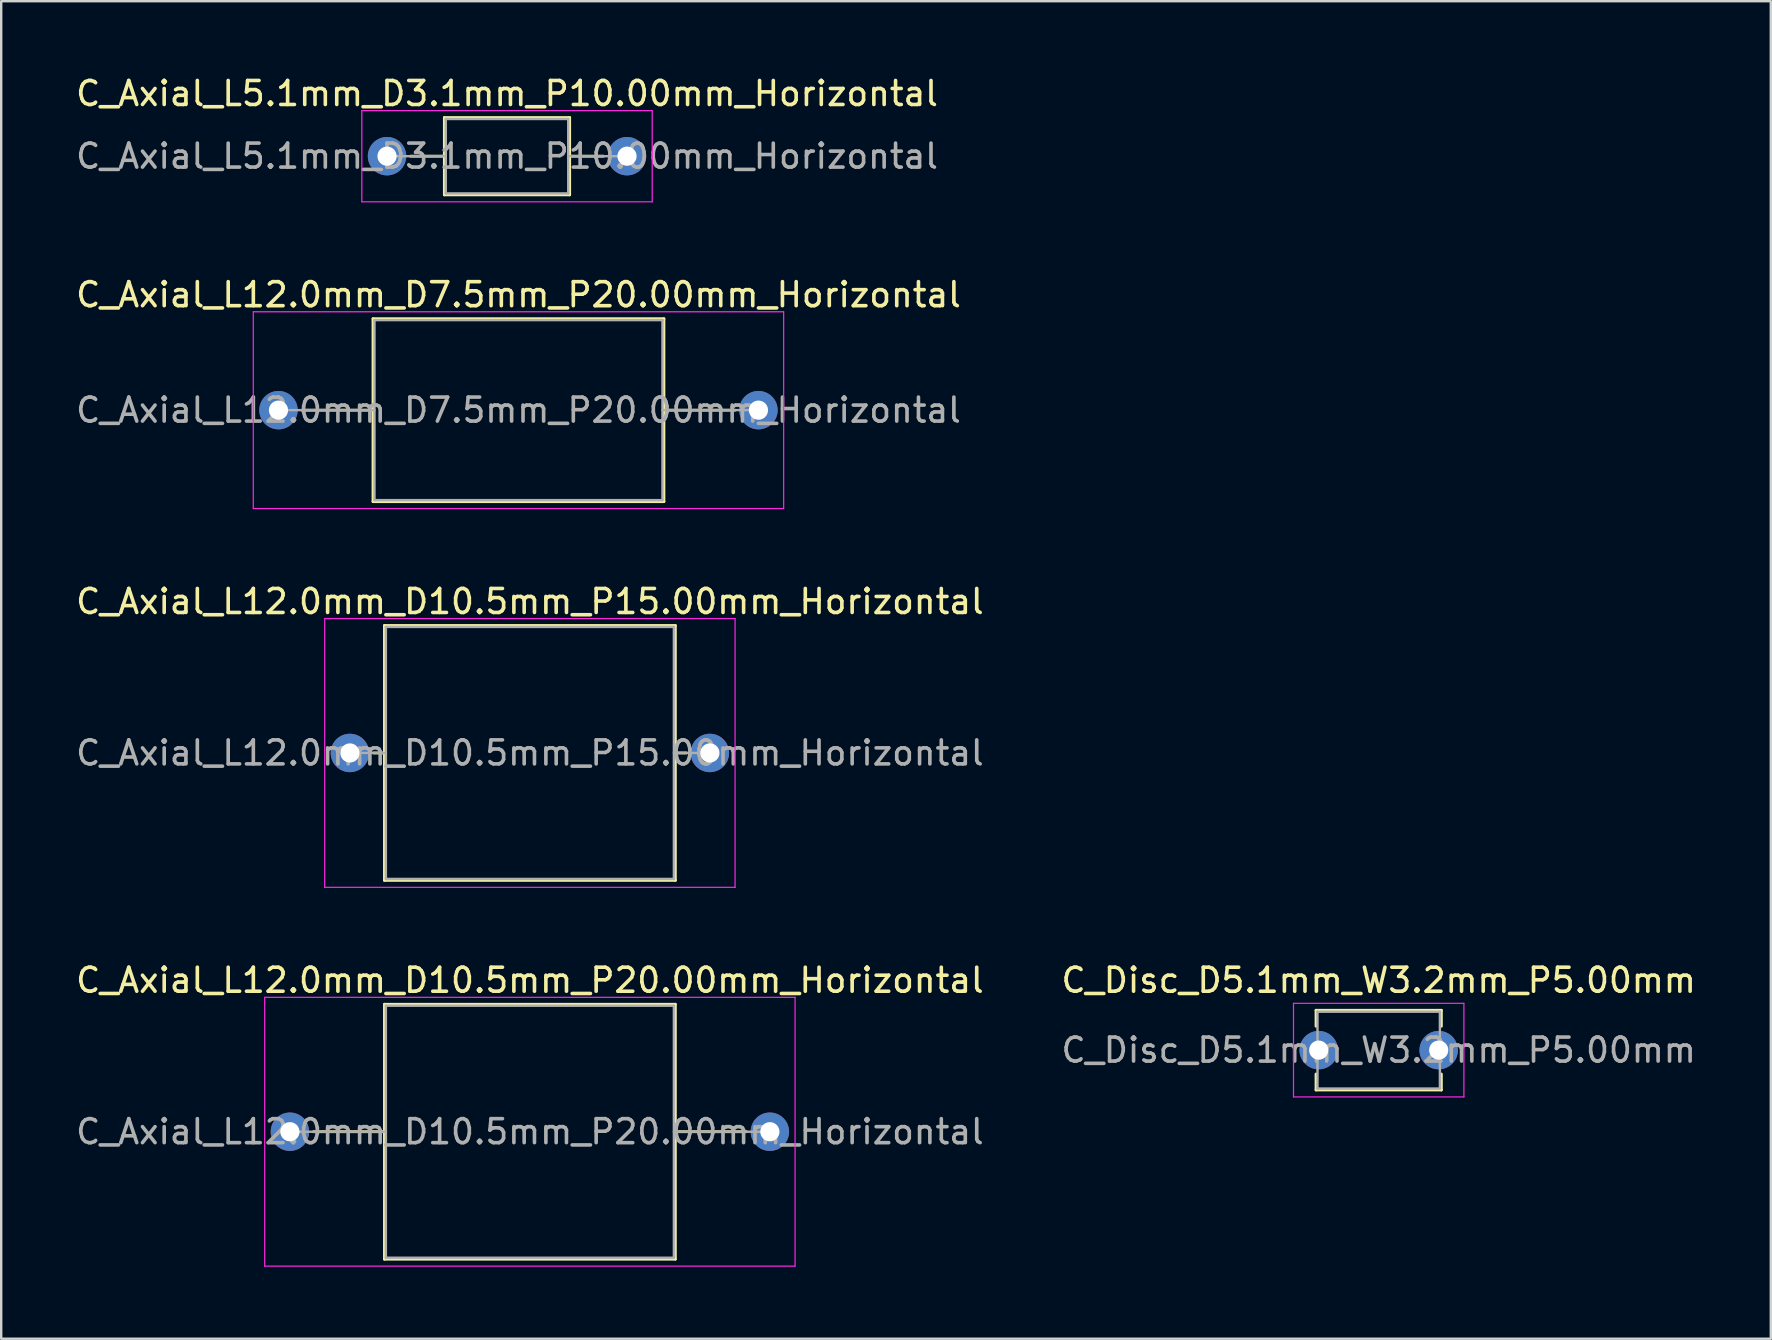
<source format=kicad_pcb>
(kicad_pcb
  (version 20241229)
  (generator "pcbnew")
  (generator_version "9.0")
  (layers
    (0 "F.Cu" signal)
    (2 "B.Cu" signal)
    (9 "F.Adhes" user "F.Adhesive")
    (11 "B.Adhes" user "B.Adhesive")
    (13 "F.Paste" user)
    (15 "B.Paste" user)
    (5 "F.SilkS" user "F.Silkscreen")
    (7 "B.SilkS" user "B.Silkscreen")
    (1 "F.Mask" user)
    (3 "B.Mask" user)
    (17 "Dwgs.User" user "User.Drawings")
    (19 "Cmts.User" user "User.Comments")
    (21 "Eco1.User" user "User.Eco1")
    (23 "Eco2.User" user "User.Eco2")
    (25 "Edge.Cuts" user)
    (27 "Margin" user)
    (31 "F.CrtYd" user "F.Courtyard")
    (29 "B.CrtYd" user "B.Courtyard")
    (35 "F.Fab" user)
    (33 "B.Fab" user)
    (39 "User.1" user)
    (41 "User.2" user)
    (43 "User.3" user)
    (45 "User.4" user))
  (footprint "C_Axial_L5.1mm_D3.1mm_P10.00mm_Horizontal"
    (layer "F.Cu")
    (at 13.077 3.458)
    (property "Reference" "C_Axial_L5.1mm_D3.1mm_P10.00mm_Horizontal" (at 5 -2.61 0) (layer "F.SilkS") (effects (font (size 1 1) (thickness 0.15))))
    (attr through_hole)
    (fp_line (start 0.98 0) (end 2.39 0) (stroke (width 0.12) (type solid)) (layer "F.SilkS"))
    (fp_line (start 2.39 -1.61) (end 2.39 1.61) (stroke (width 0.12) (type solid)) (layer "F.SilkS"))
    (fp_line (start 2.39 1.61) (end 7.61 1.61) (stroke (width 0.12) (type solid)) (layer "F.SilkS"))
    (fp_line (start 7.61 -1.61) (end 2.39 -1.61) (stroke (width 0.12) (type solid)) (layer "F.SilkS"))
    (fp_line (start 7.61 1.61) (end 7.61 -1.61) (stroke (width 0.12) (type solid)) (layer "F.SilkS"))
    (fp_line (start 9.02 0) (end 7.61 0) (stroke (width 0.12) (type solid)) (layer "F.SilkS"))
    (fp_line (start -1.05 -1.9) (end -1.05 1.9) (stroke (width 0.05) (type solid)) (layer "F.CrtYd"))
    (fp_line (start -1.05 1.9) (end 11.05 1.9) (stroke (width 0.05) (type solid)) (layer "F.CrtYd"))
    (fp_line (start 11.05 -1.9) (end -1.05 -1.9) (stroke (width 0.05) (type solid)) (layer "F.CrtYd"))
    (fp_line (start 11.05 1.9) (end 11.05 -1.9) (stroke (width 0.05) (type solid)) (layer "F.CrtYd"))
    (fp_line (start 0 0) (end 2.45 0) (stroke (width 0.1) (type solid)) (layer "F.Fab"))
    (fp_line (start 2.45 -1.55) (end 2.45 1.55) (stroke (width 0.1) (type solid)) (layer "F.Fab"))
    (fp_line (start 2.45 1.55) (end 7.55 1.55) (stroke (width 0.1) (type solid)) (layer "F.Fab"))
    (fp_line (start 7.55 -1.55) (end 2.45 -1.55) (stroke (width 0.1) (type solid)) (layer "F.Fab"))
    (fp_line (start 7.55 1.55) (end 7.55 -1.55) (stroke (width 0.1) (type solid)) (layer "F.Fab"))
    (fp_line (start 10 0) (end 7.55 0) (stroke (width 0.1) (type solid)) (layer "F.Fab"))
    (fp_text user "${REFERENCE}" (at 5 0 0) (layer "F.Fab") (effects (font (size 1 1) (thickness 0.15))))
    (pad "1" thru_hole circle (at 0 0) (size 1.6 1.6) (drill 0.8) (layers "*.Cu" "*.Mask"))
    (pad "2" thru_hole oval (at 10 0) (size 1.6 1.6) (drill 0.8) (layers "*.Cu" "*.Mask")))
  (footprint "C_Axial_L12.0mm_D7.5mm_P20.00mm_Horizontal"
    (layer "F.Cu")
    (at 8.554 14.041)
    (property "Reference" "C_Axial_L12.0mm_D7.5mm_P20.00mm_Horizontal" (at 10 -4.81 0) (layer "F.SilkS") (effects (font (size 1 1) (thickness 0.15))))
    (attr through_hole)
    (fp_line (start 0.98 0) (end 3.94 0) (stroke (width 0.12) (type solid)) (layer "F.SilkS"))
    (fp_line (start 3.94 -3.81) (end 3.94 3.81) (stroke (width 0.12) (type solid)) (layer "F.SilkS"))
    (fp_line (start 3.94 3.81) (end 16.06 3.81) (stroke (width 0.12) (type solid)) (layer "F.SilkS"))
    (fp_line (start 16.06 -3.81) (end 3.94 -3.81) (stroke (width 0.12) (type solid)) (layer "F.SilkS"))
    (fp_line (start 16.06 3.81) (end 16.06 -3.81) (stroke (width 0.12) (type solid)) (layer "F.SilkS"))
    (fp_line (start 19.02 0) (end 16.06 0) (stroke (width 0.12) (type solid)) (layer "F.SilkS"))
    (fp_line (start -1.05 -4.1) (end -1.05 4.1) (stroke (width 0.05) (type solid)) (layer "F.CrtYd"))
    (fp_line (start -1.05 4.1) (end 21.05 4.1) (stroke (width 0.05) (type solid)) (layer "F.CrtYd"))
    (fp_line (start 21.05 -4.1) (end -1.05 -4.1) (stroke (width 0.05) (type solid)) (layer "F.CrtYd"))
    (fp_line (start 21.05 4.1) (end 21.05 -4.1) (stroke (width 0.05) (type solid)) (layer "F.CrtYd"))
    (fp_line (start 0 0) (end 4 0) (stroke (width 0.1) (type solid)) (layer "F.Fab"))
    (fp_line (start 4 -3.75) (end 4 3.75) (stroke (width 0.1) (type solid)) (layer "F.Fab"))
    (fp_line (start 4 3.75) (end 16 3.75) (stroke (width 0.1) (type solid)) (layer "F.Fab"))
    (fp_line (start 16 -3.75) (end 4 -3.75) (stroke (width 0.1) (type solid)) (layer "F.Fab"))
    (fp_line (start 16 3.75) (end 16 -3.75) (stroke (width 0.1) (type solid)) (layer "F.Fab"))
    (fp_line (start 20 0) (end 16 0) (stroke (width 0.1) (type solid)) (layer "F.Fab"))
    (fp_text user "${REFERENCE}" (at 10 0 0) (layer "F.Fab") (effects (font (size 1 1) (thickness 0.15))))
    (pad "1" thru_hole circle (at 0 0) (size 1.6 1.6) (drill 0.8) (layers "*.Cu" "*.Mask"))
    (pad "2" thru_hole oval (at 20 0) (size 1.6 1.6) (drill 0.8) (layers "*.Cu" "*.Mask")))
  (footprint "C_Axial_L12.0mm_D10.5mm_P20.00mm_Horizontal"
    (layer "F.Cu")
    (at 9.03 44.108)
    (property "Reference" "C_Axial_L12.0mm_D10.5mm_P20.00mm_Horizontal" (at 10 -6.31 0) (layer "F.SilkS") (effects (font (size 1 1) (thickness 0.15))))
    (attr through_hole)
    (fp_line (start 0.98 0) (end 3.94 0) (stroke (width 0.12) (type solid)) (layer "F.SilkS"))
    (fp_line (start 3.94 -5.31) (end 3.94 5.31) (stroke (width 0.12) (type solid)) (layer "F.SilkS"))
    (fp_line (start 3.94 5.31) (end 16.06 5.31) (stroke (width 0.12) (type solid)) (layer "F.SilkS"))
    (fp_line (start 16.06 -5.31) (end 3.94 -5.31) (stroke (width 0.12) (type solid)) (layer "F.SilkS"))
    (fp_line (start 16.06 5.31) (end 16.06 -5.31) (stroke (width 0.12) (type solid)) (layer "F.SilkS"))
    (fp_line (start 19.02 0) (end 16.06 0) (stroke (width 0.12) (type solid)) (layer "F.SilkS"))
    (fp_line (start -1.05 -5.6) (end -1.05 5.6) (stroke (width 0.05) (type solid)) (layer "F.CrtYd"))
    (fp_line (start -1.05 5.6) (end 21.05 5.6) (stroke (width 0.05) (type solid)) (layer "F.CrtYd"))
    (fp_line (start 21.05 -5.6) (end -1.05 -5.6) (stroke (width 0.05) (type solid)) (layer "F.CrtYd"))
    (fp_line (start 21.05 5.6) (end 21.05 -5.6) (stroke (width 0.05) (type solid)) (layer "F.CrtYd"))
    (fp_line (start 0 0) (end 4 0) (stroke (width 0.1) (type solid)) (layer "F.Fab"))
    (fp_line (start 4 -5.25) (end 4 5.25) (stroke (width 0.1) (type solid)) (layer "F.Fab"))
    (fp_line (start 4 5.25) (end 16 5.25) (stroke (width 0.1) (type solid)) (layer "F.Fab"))
    (fp_line (start 16 -5.25) (end 4 -5.25) (stroke (width 0.1) (type solid)) (layer "F.Fab"))
    (fp_line (start 16 5.25) (end 16 -5.25) (stroke (width 0.1) (type solid)) (layer "F.Fab"))
    (fp_line (start 20 0) (end 16 0) (stroke (width 0.1) (type solid)) (layer "F.Fab"))
    (fp_text user "${REFERENCE}" (at 10 0 0) (layer "F.Fab") (effects (font (size 1 1) (thickness 0.15))))
    (pad "1" thru_hole circle (at 0 0) (size 1.6 1.6) (drill 0.8) (layers "*.Cu" "*.Mask"))
    (pad "2" thru_hole oval (at 20 0) (size 1.6 1.6) (drill 0.8) (layers "*.Cu" "*.Mask")))
  (footprint "C_Axial_L12.0mm_D10.5mm_P15.00mm_Horizontal"
    (layer "F.Cu")
    (at 11.53 28.325)
    (property "Reference" "C_Axial_L12.0mm_D10.5mm_P15.00mm_Horizontal" (at 7.5 -6.31 0) (layer "F.SilkS") (effects (font (size 1 1) (thickness 0.15))))
    (attr through_hole)
    (fp_line (start 0.98 0) (end 1.44 0) (stroke (width 0.12) (type solid)) (layer "F.SilkS"))
    (fp_line (start 1.44 -5.31) (end 1.44 5.31) (stroke (width 0.12) (type solid)) (layer "F.SilkS"))
    (fp_line (start 1.44 5.31) (end 13.56 5.31) (stroke (width 0.12) (type solid)) (layer "F.SilkS"))
    (fp_line (start 13.56 -5.31) (end 1.44 -5.31) (stroke (width 0.12) (type solid)) (layer "F.SilkS"))
    (fp_line (start 13.56 5.31) (end 13.56 -5.31) (stroke (width 0.12) (type solid)) (layer "F.SilkS"))
    (fp_line (start 14.02 0) (end 13.56 0) (stroke (width 0.12) (type solid)) (layer "F.SilkS"))
    (fp_line (start -1.05 -5.6) (end -1.05 5.6) (stroke (width 0.05) (type solid)) (layer "F.CrtYd"))
    (fp_line (start -1.05 5.6) (end 16.05 5.6) (stroke (width 0.05) (type solid)) (layer "F.CrtYd"))
    (fp_line (start 16.05 -5.6) (end -1.05 -5.6) (stroke (width 0.05) (type solid)) (layer "F.CrtYd"))
    (fp_line (start 16.05 5.6) (end 16.05 -5.6) (stroke (width 0.05) (type solid)) (layer "F.CrtYd"))
    (fp_line (start 0 0) (end 1.5 0) (stroke (width 0.1) (type solid)) (layer "F.Fab"))
    (fp_line (start 1.5 -5.25) (end 1.5 5.25) (stroke (width 0.1) (type solid)) (layer "F.Fab"))
    (fp_line (start 1.5 5.25) (end 13.5 5.25) (stroke (width 0.1) (type solid)) (layer "F.Fab"))
    (fp_line (start 13.5 -5.25) (end 1.5 -5.25) (stroke (width 0.1) (type solid)) (layer "F.Fab"))
    (fp_line (start 13.5 5.25) (end 13.5 -5.25) (stroke (width 0.1) (type solid)) (layer "F.Fab"))
    (fp_line (start 15 0) (end 13.5 0) (stroke (width 0.1) (type solid)) (layer "F.Fab"))
    (fp_text user "${REFERENCE}" (at 7.5 0 0) (layer "F.Fab") (effects (font (size 1 1) (thickness 0.15))))
    (pad "1" thru_hole circle (at 0 0) (size 1.6 1.6) (drill 0.8) (layers "*.Cu" "*.Mask"))
    (pad "2" thru_hole oval (at 15 0) (size 1.6 1.6) (drill 0.8) (layers "*.Cu" "*.Mask")))
  (footprint "C_Disc_D5.1mm_W3.2mm_P5.00mm"
    (layer "F.Cu")
    (at 51.899 40.708)
    (property "Reference" "C_Disc_D5.1mm_W3.2mm_P5.00mm" (at 2.5 -2.91 0) (layer "F.SilkS") (effects (font (size 1 1) (thickness 0.15))))
    (attr through_hole)
    (fp_line (start -0.11 -1.66) (end -0.11 -0.996) (stroke (width 0.12) (type solid)) (layer "F.SilkS"))
    (fp_line (start -0.11 -1.66) (end 5.11 -1.66) (stroke (width 0.12) (type solid)) (layer "F.SilkS"))
    (fp_line (start -0.11 0.996) (end -0.11 1.66) (stroke (width 0.12) (type solid)) (layer "F.SilkS"))
    (fp_line (start -0.11 1.66) (end 5.11 1.66) (stroke (width 0.12) (type solid)) (layer "F.SilkS"))
    (fp_line (start 5.11 -1.66) (end 5.11 -0.996) (stroke (width 0.12) (type solid)) (layer "F.SilkS"))
    (fp_line (start 5.11 0.996) (end 5.11 1.66) (stroke (width 0.12) (type solid)) (layer "F.SilkS"))
    (fp_line (start -1.05 -1.95) (end -1.05 1.95) (stroke (width 0.05) (type solid)) (layer "F.CrtYd"))
    (fp_line (start -1.05 1.95) (end 6.05 1.95) (stroke (width 0.05) (type solid)) (layer "F.CrtYd"))
    (fp_line (start 6.05 -1.95) (end -1.05 -1.95) (stroke (width 0.05) (type solid)) (layer "F.CrtYd"))
    (fp_line (start 6.05 1.95) (end 6.05 -1.95) (stroke (width 0.05) (type solid)) (layer "F.CrtYd"))
    (fp_line (start -0.05 -1.6) (end -0.05 1.6) (stroke (width 0.1) (type solid)) (layer "F.Fab"))
    (fp_line (start -0.05 1.6) (end 5.05 1.6) (stroke (width 0.1) (type solid)) (layer "F.Fab"))
    (fp_line (start 5.05 -1.6) (end -0.05 -1.6) (stroke (width 0.1) (type solid)) (layer "F.Fab"))
    (fp_line (start 5.05 1.6) (end 5.05 -1.6) (stroke (width 0.1) (type solid)) (layer "F.Fab"))
    (fp_text user "${REFERENCE}" (at 2.5 0 0) (layer "F.Fab") (effects (font (size 1 1) (thickness 0.15))))
    (pad "1" thru_hole circle (at 0 0) (size 1.6 1.6) (drill 0.8) (layers "*.Cu" "*.Mask"))
    (pad "2" thru_hole circle (at 5 0) (size 1.6 1.6) (drill 0.8) (layers "*.Cu" "*.Mask")))
  (gr_rect
    (start -3 -3)
    (end 70.738 52.733)
    (stroke (width 0.1) (type default))
    (fill no)
    (layer "Edge.Cuts")))
</source>
